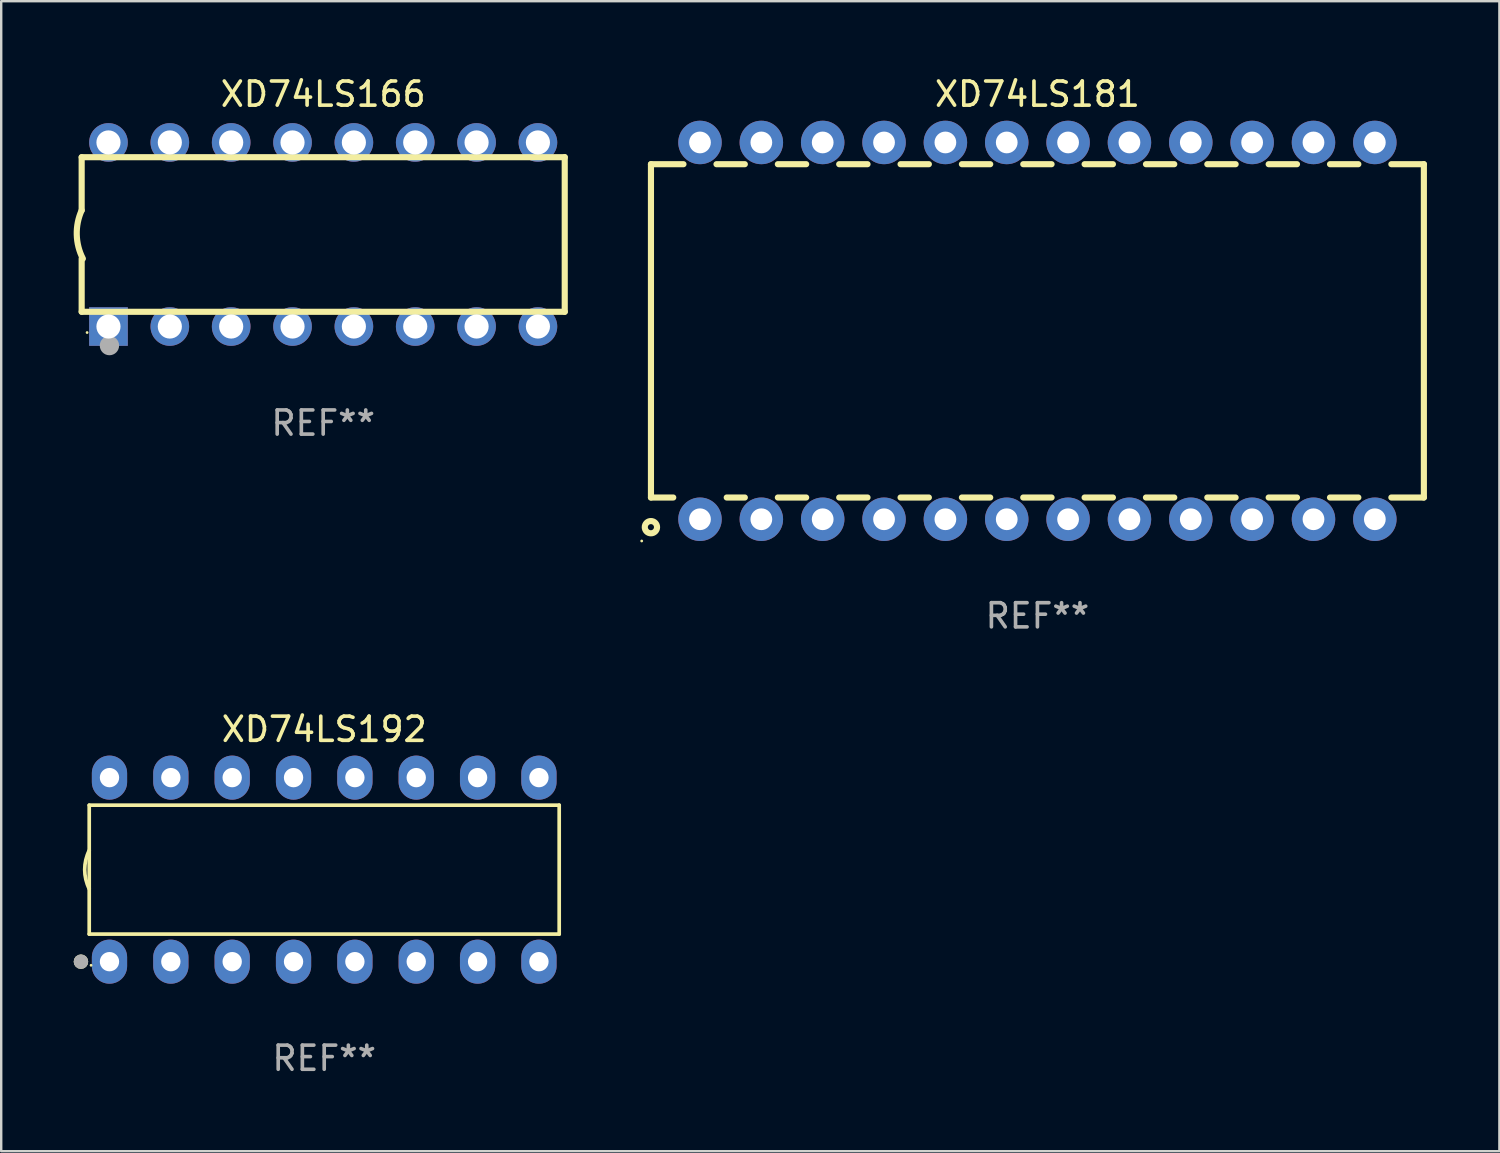
<source format=kicad_pcb>
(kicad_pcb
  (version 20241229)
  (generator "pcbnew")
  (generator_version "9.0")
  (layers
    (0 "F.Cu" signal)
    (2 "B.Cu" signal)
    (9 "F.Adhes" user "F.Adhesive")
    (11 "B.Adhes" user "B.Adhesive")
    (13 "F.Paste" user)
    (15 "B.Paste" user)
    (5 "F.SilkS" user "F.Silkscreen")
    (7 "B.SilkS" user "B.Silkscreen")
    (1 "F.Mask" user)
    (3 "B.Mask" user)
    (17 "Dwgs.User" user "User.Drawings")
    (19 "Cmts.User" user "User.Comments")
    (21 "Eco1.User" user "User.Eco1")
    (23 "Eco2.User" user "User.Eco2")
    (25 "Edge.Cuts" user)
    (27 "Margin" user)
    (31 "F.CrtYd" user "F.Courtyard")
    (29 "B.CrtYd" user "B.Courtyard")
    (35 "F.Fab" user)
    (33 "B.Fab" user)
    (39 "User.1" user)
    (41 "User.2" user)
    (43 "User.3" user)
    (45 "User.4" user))
  (footprint "XD74LS192"
    (layer "F.Cu")
    (at 10.373 32.955)
    (property "Reference" "XD74LS192" (at 0 -5.81 0) (layer "F.SilkS") (effects (font (size 1 1) (thickness 0.15))))
    (attr through_hole)
    (fp_line (start -9.729 -2.669) (end 9.729 -2.669) (stroke (width 0.152) (type solid)) (layer "F.SilkS"))
    (fp_line (start -9.729 2.669) (end -9.729 -2.669) (stroke (width 0.152) (type solid)) (layer "F.SilkS"))
    (fp_line (start 9.729 -2.669) (end 9.729 2.669) (stroke (width 0.152) (type solid)) (layer "F.SilkS"))
    (fp_line (start 9.729 2.669) (end -9.729 2.669) (stroke (width 0.152) (type solid)) (layer "F.SilkS"))
    (fp_arc (start -9.728727 0.793751) (mid -9.916106 0) (end -9.728727 -0.793752) (stroke (width 0.1524) (type solid)) (layer "F.SilkS"))
    (fp_circle (center -10.072 3.81) (end -9.922 3.81) (stroke (width 0.3) (type solid)) (fill no) (layer "F.SilkS"))
    (fp_circle (center -9.653 3.96) (end -9.623 3.96) (stroke (width 0.06) (type solid)) (fill no) (layer "F.SilkS"))
    (fp_circle (center -10.072 3.81) (end -9.922 3.81) (stroke (width 0.3) (type solid)) (fill no) (layer "F.Fab"))
    (fp_text user "REF**" (at 0 7.81 0) (layer "F.Fab") (effects (font (size 1 1) (thickness 0.15))))
    (pad "1" thru_hole oval (at -8.89 3.81) (size 1.46 1.825) (drill 0.8) (layers "*.Cu" "*.Mask"))
    (pad "2" thru_hole oval (at -6.35 3.81) (size 1.46 1.825) (drill 0.8) (layers "*.Cu" "*.Mask"))
    (pad "3" thru_hole oval (at -3.81 3.81) (size 1.46 1.825) (drill 0.8) (layers "*.Cu" "*.Mask"))
    (pad "4" thru_hole oval (at -1.27 3.81) (size 1.46 1.825) (drill 0.8) (layers "*.Cu" "*.Mask"))
    (pad "5" thru_hole oval (at 1.27 3.81) (size 1.46 1.825) (drill 0.8) (layers "*.Cu" "*.Mask"))
    (pad "6" thru_hole oval (at 3.81 3.81) (size 1.46 1.825) (drill 0.8) (layers "*.Cu" "*.Mask"))
    (pad "7" thru_hole oval (at 6.35 3.81) (size 1.46 1.825) (drill 0.8) (layers "*.Cu" "*.Mask"))
    (pad "8" thru_hole oval (at 8.89 3.81) (size 1.46 1.825) (drill 0.8) (layers "*.Cu" "*.Mask"))
    (pad "9" thru_hole oval (at 8.89 -3.81) (size 1.46 1.825) (drill 0.8) (layers "*.Cu" "*.Mask"))
    (pad "10" thru_hole oval (at 6.35 -3.81) (size 1.46 1.825) (drill 0.8) (layers "*.Cu" "*.Mask"))
    (pad "11" thru_hole oval (at 3.81 -3.81) (size 1.46 1.825) (drill 0.8) (layers "*.Cu" "*.Mask"))
    (pad "12" thru_hole oval (at 1.27 -3.81) (size 1.46 1.825) (drill 0.8) (layers "*.Cu" "*.Mask"))
    (pad "13" thru_hole oval (at -1.27 -3.81) (size 1.46 1.825) (drill 0.8) (layers "*.Cu" "*.Mask"))
    (pad "14" thru_hole oval (at -3.81 -3.81) (size 1.46 1.825) (drill 0.8) (layers "*.Cu" "*.Mask"))
    (pad "15" thru_hole oval (at -6.35 -3.81) (size 1.46 1.825) (drill 0.8) (layers "*.Cu" "*.Mask"))
    (pad "16" thru_hole oval (at -8.89 -3.81) (size 1.46 1.825) (drill 0.8) (layers "*.Cu" "*.Mask")))
  (footprint "XD74LS166"
    (layer "F.Cu")
    (at 10.331 6.658)
    (property "Reference" "XD74LS166" (at 0 -5.81 0) (layer "F.SilkS") (effects (font (size 1 1) (thickness 0.15))))
    (attr through_hole)
    (fp_line (start -10 -0.998) (end -10 -3.198) (stroke (width 0.254) (type solid)) (layer "F.SilkS"))
    (fp_line (start -10 3.2) (end -10 1) (stroke (width 0.254) (type solid)) (layer "F.SilkS"))
    (fp_line (start 10 -3.2) (end -10 -3.2) (stroke (width 0.254) (type solid)) (layer "F.SilkS"))
    (fp_line (start 10 3.2) (end -10 3.2) (stroke (width 0.254) (type solid)) (layer "F.SilkS"))
    (fp_line (start 10 3.2) (end 10 -3.2) (stroke (width 0.254) (type solid)) (layer "F.SilkS"))
    (fp_arc (start -9.949975 0.999974) (mid -10.203153 0.005693) (end -9.999987 -1) (stroke (width 0.254001) (type solid)) (layer "F.SilkS"))
    (fp_circle (center -9.775 4.06) (end -9.745 4.06) (stroke (width 0.06) (type solid)) (fill no) (layer "F.SilkS"))
    (fp_circle (center -8.85 4.6) (end -8.65 4.6) (stroke (width 0.4) (type solid)) (fill no) (layer "F.Fab"))
    (fp_text user "REF**" (at 0 7.81 0) (layer "F.Fab") (effects (font (size 1 1) (thickness 0.15))))
    (pad "1" thru_hole rect (at -8.89 3.81 90) (size 1.6 1.6) (drill 1) (layers "*.Cu" "*.Mask"))
    (pad "2" thru_hole circle (at -6.35 3.81) (size 1.6 1.6) (drill 1) (layers "*.Cu" "*.Mask"))
    (pad "3" thru_hole circle (at -3.81 3.81) (size 1.6 1.6) (drill 1) (layers "*.Cu" "*.Mask"))
    (pad "4" thru_hole circle (at -1.27 3.81) (size 1.6 1.6) (drill 1) (layers "*.Cu" "*.Mask"))
    (pad "5" thru_hole circle (at 1.27 3.81) (size 1.6 1.6) (drill 1) (layers "*.Cu" "*.Mask"))
    (pad "6" thru_hole circle (at 3.81 3.81) (size 1.6 1.6) (drill 1) (layers "*.Cu" "*.Mask"))
    (pad "7" thru_hole circle (at 6.35 3.81) (size 1.6 1.6) (drill 1) (layers "*.Cu" "*.Mask"))
    (pad "8" thru_hole circle (at 8.89 3.81) (size 1.6 1.6) (drill 1) (layers "*.Cu" "*.Mask"))
    (pad "9" thru_hole circle (at 8.89 -3.81) (size 1.6 1.6) (drill 1) (layers "*.Cu" "*.Mask"))
    (pad "10" thru_hole circle (at 6.35 -3.81) (size 1.6 1.6) (drill 1) (layers "*.Cu" "*.Mask"))
    (pad "11" thru_hole circle (at 3.81 -3.81) (size 1.6 1.6) (drill 1) (layers "*.Cu" "*.Mask"))
    (pad "12" thru_hole circle (at 1.27 -3.81) (size 1.6 1.6) (drill 1) (layers "*.Cu" "*.Mask"))
    (pad "13" thru_hole circle (at -1.27 -3.81) (size 1.6 1.6) (drill 1) (layers "*.Cu" "*.Mask"))
    (pad "14" thru_hole circle (at -3.81 -3.81) (size 1.6 1.6) (drill 1) (layers "*.Cu" "*.Mask"))
    (pad "15" thru_hole circle (at -6.35 -3.81) (size 1.6 1.6) (drill 1) (layers "*.Cu" "*.Mask"))
    (pad "16" thru_hole circle (at -8.89 -3.81) (size 1.6 1.6) (drill 1) (layers "*.Cu" "*.Mask")))
  (footprint "XD74LS181"
    (layer "F.Cu")
    (at 39.901 10.648)
    (property "Reference" "XD74LS181" (at 0 -9.8 0) (layer "F.SilkS") (effects (font (size 1 1) (thickness 0.15))))
    (attr through_hole)
    (fp_line (start -16 -6.9) (end -14.654 -6.9) (stroke (width 0.254) (type solid)) (layer "F.SilkS"))
    (fp_line (start -16 6.9) (end -16 -6.9) (stroke (width 0.254) (type solid)) (layer "F.SilkS"))
    (fp_line (start -15.077 6.9) (end -16 6.9) (stroke (width 0.254) (type solid)) (layer "F.SilkS"))
    (fp_line (start -13.287 -6.9) (end -12.114 -6.9) (stroke (width 0.254) (type solid)) (layer "F.SilkS"))
    (fp_line (start -12.114 6.9) (end -12.863 6.9) (stroke (width 0.254) (type solid)) (layer "F.SilkS"))
    (fp_line (start -10.747 -6.9) (end -9.574 -6.9) (stroke (width 0.254) (type solid)) (layer "F.SilkS"))
    (fp_line (start -9.574 6.9) (end -10.746 6.9) (stroke (width 0.254) (type solid)) (layer "F.SilkS"))
    (fp_line (start -8.207 -6.9) (end -7.034 -6.9) (stroke (width 0.254) (type solid)) (layer "F.SilkS"))
    (fp_line (start -7.034 6.9) (end -8.206 6.9) (stroke (width 0.254) (type solid)) (layer "F.SilkS"))
    (fp_line (start -5.666 -6.9) (end -4.494 -6.9) (stroke (width 0.254) (type solid)) (layer "F.SilkS"))
    (fp_line (start -4.494 6.9) (end -5.666 6.9) (stroke (width 0.254) (type solid)) (layer "F.SilkS"))
    (fp_line (start -3.126 -6.9) (end -1.954 -6.9) (stroke (width 0.254) (type solid)) (layer "F.SilkS"))
    (fp_line (start -1.954 6.9) (end -3.126 6.9) (stroke (width 0.254) (type solid)) (layer "F.SilkS"))
    (fp_line (start -0.586 -6.9) (end 0.586 -6.9) (stroke (width 0.254) (type solid)) (layer "F.SilkS"))
    (fp_line (start 0.586 6.9) (end -0.586 6.9) (stroke (width 0.254) (type solid)) (layer "F.SilkS"))
    (fp_line (start 1.954 -6.9) (end 3.126 -6.9) (stroke (width 0.254) (type solid)) (layer "F.SilkS"))
    (fp_line (start 3.126 6.9) (end 1.954 6.9) (stroke (width 0.254) (type solid)) (layer "F.SilkS"))
    (fp_line (start 4.494 -6.9) (end 5.666 -6.9) (stroke (width 0.254) (type solid)) (layer "F.SilkS"))
    (fp_line (start 5.666 6.9) (end 4.494 6.9) (stroke (width 0.254) (type solid)) (layer "F.SilkS"))
    (fp_line (start 7.034 -6.9) (end 8.207 -6.9) (stroke (width 0.254) (type solid)) (layer "F.SilkS"))
    (fp_line (start 8.206 6.9) (end 7.034 6.9) (stroke (width 0.254) (type solid)) (layer "F.SilkS"))
    (fp_line (start 9.574 -6.9) (end 10.747 -6.9) (stroke (width 0.254) (type solid)) (layer "F.SilkS"))
    (fp_line (start 10.746 6.9) (end 9.574 6.9) (stroke (width 0.254) (type solid)) (layer "F.SilkS"))
    (fp_line (start 12.114 -6.9) (end 13.287 -6.9) (stroke (width 0.254) (type solid)) (layer "F.SilkS"))
    (fp_line (start 13.287 6.9) (end 12.114 6.9) (stroke (width 0.254) (type solid)) (layer "F.SilkS"))
    (fp_line (start 14.654 -6.9) (end 16 -6.9) (stroke (width 0.254) (type solid)) (layer "F.SilkS"))
    (fp_line (start 16 -6.9) (end 16 6.9) (stroke (width 0.254) (type solid)) (layer "F.SilkS"))
    (fp_line (start 16 6.9) (end 14.654 6.9) (stroke (width 0.254) (type solid)) (layer "F.SilkS"))
    (fp_circle (center -16.383 8.7) (end -16.353 8.7) (stroke (width 0.06) (type solid)) (fill no) (layer "F.SilkS"))
    (fp_circle (center -16.002 8.128) (end -15.748 8.128) (stroke (width 0.254) (type solid)) (fill no) (layer "F.SilkS"))
    (fp_text user "REF**" (at 0 11.8 0) (layer "F.Fab") (effects (font (size 1 1) (thickness 0.15))))
    (pad "1" thru_hole circle (at -13.97 7.8) (size 1.8 1.8) (drill 0.9) (layers "*.Cu" "*.Mask"))
    (pad "2" thru_hole circle (at -11.43 7.8) (size 1.8 1.8) (drill 0.9) (layers "*.Cu" "*.Mask"))
    (pad "3" thru_hole circle (at -8.89 7.8) (size 1.8 1.8) (drill 0.9) (layers "*.Cu" "*.Mask"))
    (pad "4" thru_hole circle (at -6.35 7.8) (size 1.8 1.8) (drill 0.9) (layers "*.Cu" "*.Mask"))
    (pad "5" thru_hole circle (at -3.81 7.8) (size 1.8 1.8) (drill 0.9) (layers "*.Cu" "*.Mask"))
    (pad "6" thru_hole circle (at -1.27 7.8) (size 1.8 1.8) (drill 0.9) (layers "*.Cu" "*.Mask"))
    (pad "7" thru_hole circle (at 1.27 7.8) (size 1.8 1.8) (drill 0.9) (layers "*.Cu" "*.Mask"))
    (pad "8" thru_hole circle (at 3.81 7.8) (size 1.8 1.8) (drill 0.9) (layers "*.Cu" "*.Mask"))
    (pad "9" thru_hole circle (at 6.35 7.8) (size 1.8 1.8) (drill 0.9) (layers "*.Cu" "*.Mask"))
    (pad "10" thru_hole circle (at 8.89 7.8) (size 1.8 1.8) (drill 0.9) (layers "*.Cu" "*.Mask"))
    (pad "11" thru_hole circle (at 11.43 7.8) (size 1.8 1.8) (drill 0.9) (layers "*.Cu" "*.Mask"))
    (pad "12" thru_hole circle (at 13.97 7.8) (size 1.8 1.8) (drill 0.9) (layers "*.Cu" "*.Mask"))
    (pad "13" thru_hole circle (at 13.97 -7.8) (size 1.8 1.8) (drill 0.9) (layers "*.Cu" "*.Mask"))
    (pad "14" thru_hole circle (at 11.43 -7.8) (size 1.8 1.8) (drill 0.9) (layers "*.Cu" "*.Mask"))
    (pad "15" thru_hole circle (at 8.89 -7.8) (size 1.8 1.8) (drill 0.9) (layers "*.Cu" "*.Mask"))
    (pad "16" thru_hole circle (at 6.35 -7.8) (size 1.8 1.8) (drill 0.9) (layers "*.Cu" "*.Mask"))
    (pad "17" thru_hole circle (at 3.81 -7.8) (size 1.8 1.8) (drill 0.9) (layers "*.Cu" "*.Mask"))
    (pad "18" thru_hole circle (at 1.27 -7.8) (size 1.8 1.8) (drill 0.9) (layers "*.Cu" "*.Mask"))
    (pad "19" thru_hole circle (at -1.27 -7.8) (size 1.8 1.8) (drill 0.9) (layers "*.Cu" "*.Mask"))
    (pad "20" thru_hole circle (at -3.81 -7.8) (size 1.8 1.8) (drill 0.9) (layers "*.Cu" "*.Mask"))
    (pad "21" thru_hole circle (at -6.35 -7.8) (size 1.8 1.8) (drill 0.9) (layers "*.Cu" "*.Mask"))
    (pad "22" thru_hole circle (at -8.89 -7.8) (size 1.8 1.8) (drill 0.9) (layers "*.Cu" "*.Mask"))
    (pad "23" thru_hole circle (at -11.43 -7.8) (size 1.8 1.8) (drill 0.9) (layers "*.Cu" "*.Mask"))
    (pad "24" thru_hole circle (at -13.97 -7.8) (size 1.8 1.8) (drill 0.9) (layers "*.Cu" "*.Mask")))
  (gr_rect
    (start -3 -3)
    (end 59.028 44.613)
    (stroke (width 0.1) (type default))
    (fill no)
    (layer "Edge.Cuts")))
</source>
